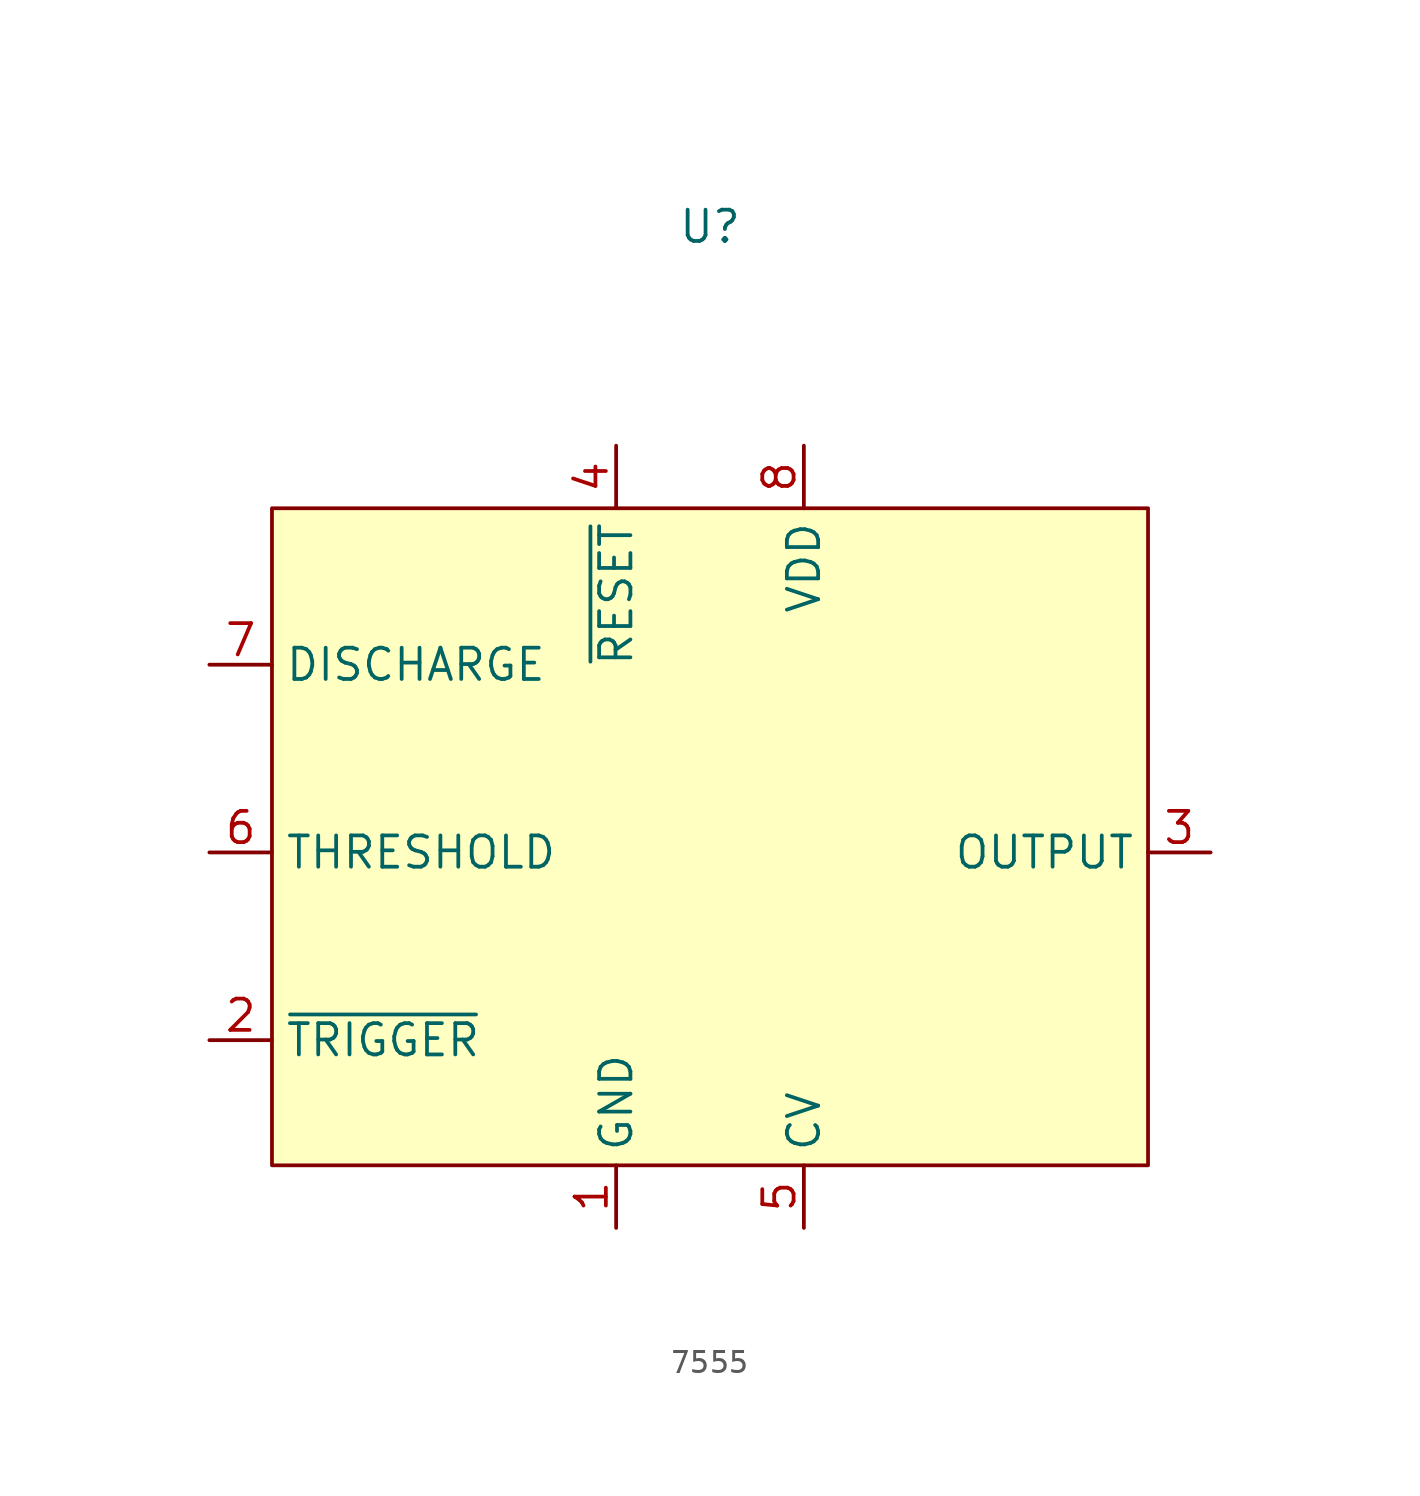
<source format=kicad_sym>
(kicad_symbol_lib
  (version 20220914)
  (generator kicad_symbol_editor)
  (symbol "7555"
    (property "Reference" "U"
      (at 0 25.4 0)
      (effects (font (size 1.27 1.27))))
    (property "Value" ""
      (at 0 0 0)
      (effects (font (size 1.27 1.27))))
    (symbol "7555_1_1"
      (rectangle (start -17.78 13.97) (end 17.78 -12.7) (stroke (width 0) (type default)) (fill (type background)))
      (pin output line (at -3.81 -15.24 90) (length 2.54) (name "GND" (effects (font (size 1.27 1.27)))) (number "1" (effects (font (size 1.27 1.27)))))
      (pin input line (at -20.32 -7.62 0) (length 2.54) (name "~{TRIGGER}" (effects (font (size 1.27 1.27)))) (number "2" (effects (font (size 1.27 1.27)))))
      (pin input line (at 20.32 0 180) (length 2.54) (name "OUTPUT" (effects (font (size 1.27 1.27)))) (number "3" (effects (font (size 1.27 1.27)))))
      (pin input line (at -3.81 16.51 270) (length 2.54) (name "~{RESET}" (effects (font (size 1.27 1.27)))) (number "4" (effects (font (size 1.27 1.27)))))
      (pin input line (at 3.81 -15.24 90) (length 2.54) (name "CV" (effects (font (size 1.27 1.27)))) (number "5" (effects (font (size 1.27 1.27)))))
      (pin input line (at -20.32 0 0) (length 2.54) (name "THRESHOLD" (effects (font (size 1.27 1.27)))) (number "6" (effects (font (size 1.27 1.27)))))
      (pin input line (at -20.32 7.62 0) (length 2.54) (name "DISCHARGE" (effects (font (size 1.27 1.27)))) (number "7" (effects (font (size 1.27 1.27)))))
      (pin input line (at 3.81 16.51 270) (length 2.54) (name "VDD" (effects (font (size 1.27 1.27)))) (number "8" (effects (font (size 1.27 1.27))))))))
</source>
